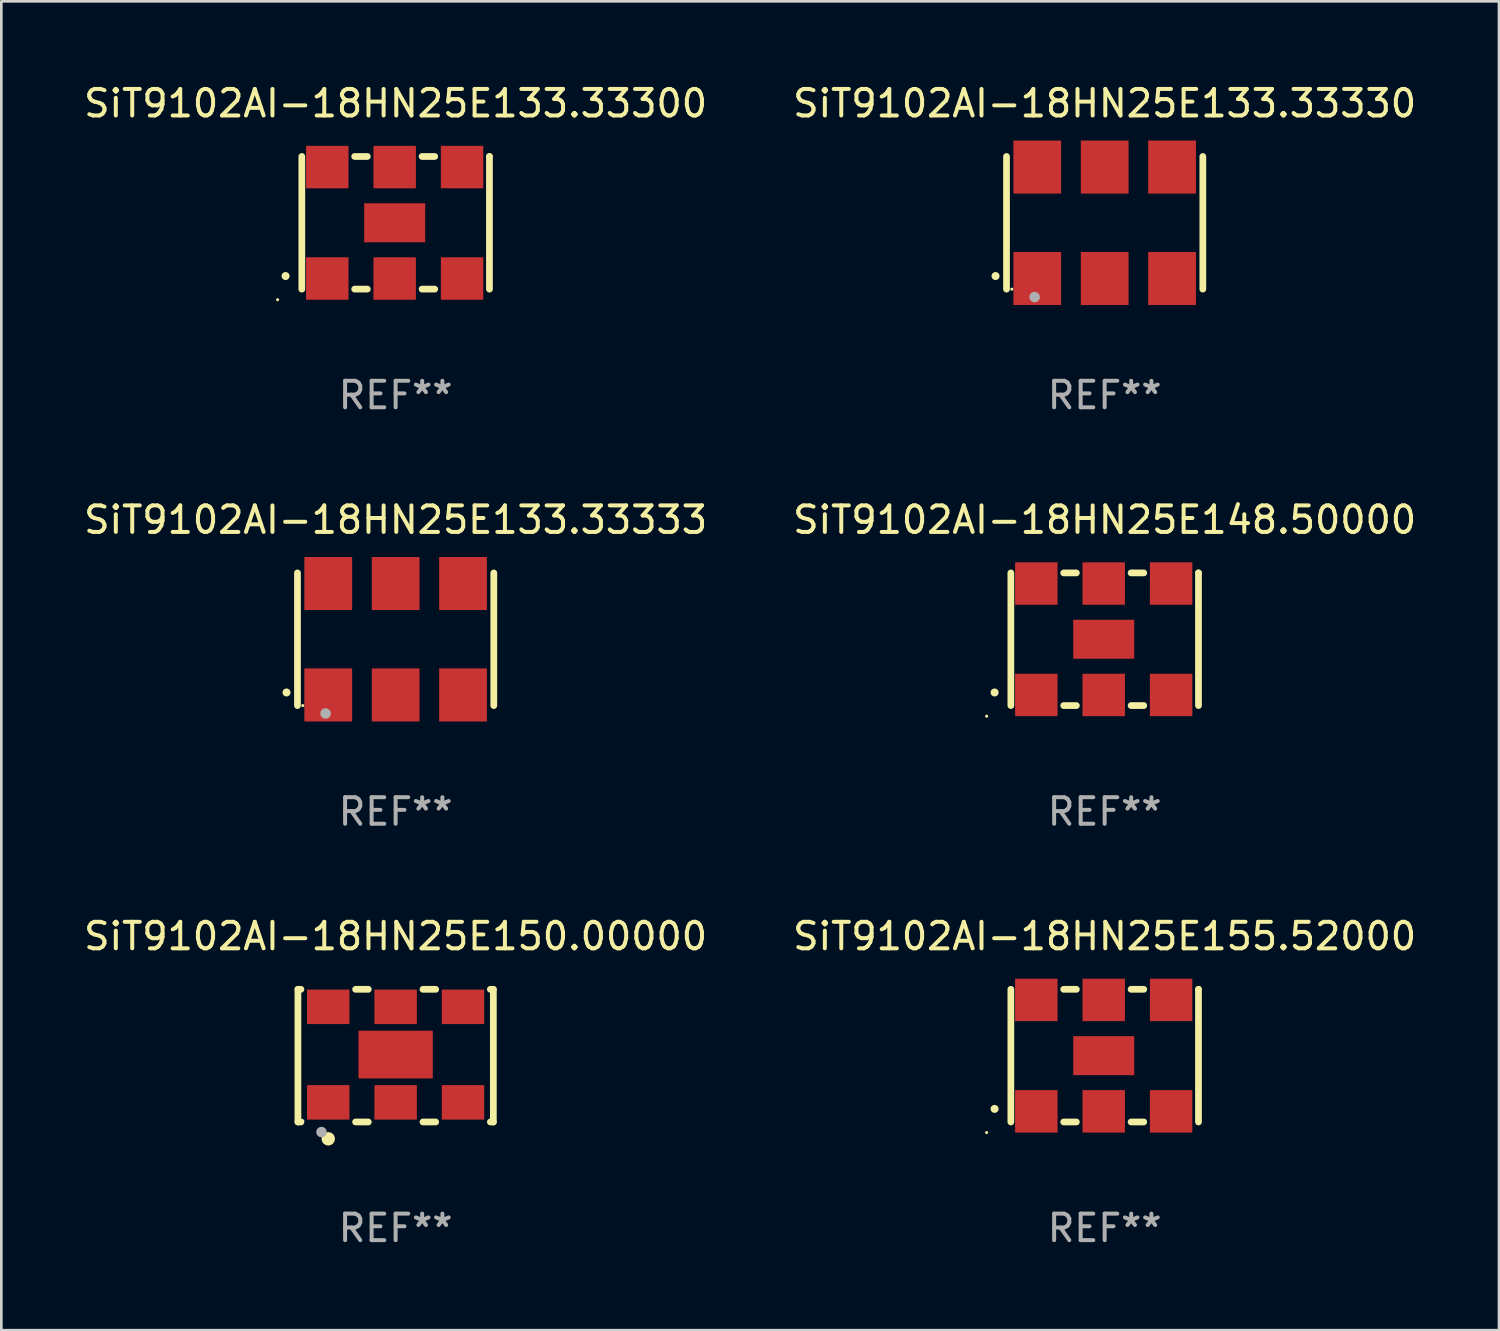
<source format=kicad_pcb>
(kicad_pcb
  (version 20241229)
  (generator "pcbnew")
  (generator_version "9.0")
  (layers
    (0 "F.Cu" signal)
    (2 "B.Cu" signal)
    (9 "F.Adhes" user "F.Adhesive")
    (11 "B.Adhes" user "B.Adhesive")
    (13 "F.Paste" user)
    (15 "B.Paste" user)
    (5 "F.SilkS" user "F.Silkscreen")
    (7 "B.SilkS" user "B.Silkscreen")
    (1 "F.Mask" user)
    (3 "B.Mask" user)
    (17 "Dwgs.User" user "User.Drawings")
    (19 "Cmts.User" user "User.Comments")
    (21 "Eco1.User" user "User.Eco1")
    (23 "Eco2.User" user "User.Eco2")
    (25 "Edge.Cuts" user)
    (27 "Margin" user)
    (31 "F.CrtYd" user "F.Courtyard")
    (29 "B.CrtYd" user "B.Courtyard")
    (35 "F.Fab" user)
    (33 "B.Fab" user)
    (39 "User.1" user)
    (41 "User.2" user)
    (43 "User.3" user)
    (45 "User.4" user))
  (footprint "SiT9102AI-18HN25E155.52000"
    (layer "F.Cu")
    (at 38.589 36.741)
    (property "Reference" "SiT9102AI-18HN25E155.52000" (at 0 -4.5 0) (layer "F.SilkS") (effects (font (size 1 1) (thickness 0.15))))
    (attr through_hole)
    (fp_line (start -3.536 -2.5) (end -3.536 2.5) (stroke (width 0.254) (type solid)) (layer "F.SilkS"))
    (fp_line (start -1.544 2.5) (end -1.067 2.5) (stroke (width 0.254) (type solid)) (layer "F.SilkS"))
    (fp_line (start -1.067 -2.5) (end -1.544 -2.5) (stroke (width 0.254) (type solid)) (layer "F.SilkS"))
    (fp_line (start 0.996 2.5) (end 1.473 2.5) (stroke (width 0.254) (type solid)) (layer "F.SilkS"))
    (fp_line (start 1.473 -2.5) (end 0.996 -2.5) (stroke (width 0.254) (type solid)) (layer "F.SilkS"))
    (fp_line (start 3.536 -2.5) (end 3.536 -2.5) (stroke (width 0.254) (type solid)) (layer "F.SilkS"))
    (fp_line (start 3.536 2.5) (end 3.536 -2.5) (stroke (width 0.254) (type solid)) (layer "F.SilkS"))
    (fp_arc (start -4.150432 2.006604) (mid -4.149162 2.006599) (end -4.147892 2.006604) (stroke (width 0.3) (type solid)) (layer "F.SilkS"))
    (fp_circle (center -4.449 2.9) (end -4.419 2.9) (stroke (width 0.06) (type solid)) (fill no) (layer "F.SilkS"))
    (fp_text user "REF**" (at 0 6.5 0) (layer "F.Fab") (effects (font (size 1 1) (thickness 0.15))))
    (pad "1" smd rect (at -2.576 2.1) (size 1.6 1.6) (layers "F.Cu" "F.Mask" "F.Paste"))
    (pad "2" smd rect (at -0.036 2.1) (size 1.6 1.6) (layers "F.Cu" "F.Mask" "F.Paste"))
    (pad "3" smd rect (at 2.504 2.1) (size 1.6 1.6) (layers "F.Cu" "F.Mask" "F.Paste"))
    (pad "4" smd rect (at 2.504 -2.1) (size 1.6 1.6) (layers "F.Cu" "F.Mask" "F.Paste"))
    (pad "5" smd rect (at -0.036 -2.1) (size 1.6 1.6) (layers "F.Cu" "F.Mask" "F.Paste"))
    (pad "6" smd rect (at -2.576 -2.1) (size 1.6 1.6) (layers "F.Cu" "F.Mask" "F.Paste"))
    (pad "7" smd rect (at -0.036 0) (size 2.3 1.47) (layers "F.Cu" "F.Mask" "F.Paste")))
  (footprint "SiT9102AI-18HN25E148.50000"
    (layer "F.Cu")
    (at 38.589 21.045)
    (property "Reference" "SiT9102AI-18HN25E148.50000" (at 0 -4.5 0) (layer "F.SilkS") (effects (font (size 1 1) (thickness 0.15))))
    (attr through_hole)
    (fp_line (start -3.536 -2.5) (end -3.536 2.5) (stroke (width 0.254) (type solid)) (layer "F.SilkS"))
    (fp_line (start -1.544 2.5) (end -1.067 2.5) (stroke (width 0.254) (type solid)) (layer "F.SilkS"))
    (fp_line (start -1.067 -2.5) (end -1.544 -2.5) (stroke (width 0.254) (type solid)) (layer "F.SilkS"))
    (fp_line (start 0.996 2.5) (end 1.473 2.5) (stroke (width 0.254) (type solid)) (layer "F.SilkS"))
    (fp_line (start 1.473 -2.5) (end 0.996 -2.5) (stroke (width 0.254) (type solid)) (layer "F.SilkS"))
    (fp_line (start 3.536 -2.5) (end 3.536 -2.5) (stroke (width 0.254) (type solid)) (layer "F.SilkS"))
    (fp_line (start 3.536 2.5) (end 3.536 -2.5) (stroke (width 0.254) (type solid)) (layer "F.SilkS"))
    (fp_arc (start -4.150432 2.006604) (mid -4.149162 2.006599) (end -4.147892 2.006604) (stroke (width 0.3) (type solid)) (layer "F.SilkS"))
    (fp_circle (center -4.449 2.9) (end -4.419 2.9) (stroke (width 0.06) (type solid)) (fill no) (layer "F.SilkS"))
    (fp_text user "REF**" (at 0 6.5 0) (layer "F.Fab") (effects (font (size 1 1) (thickness 0.15))))
    (pad "1" smd rect (at -2.576 2.1) (size 1.6 1.6) (layers "F.Cu" "F.Mask" "F.Paste"))
    (pad "2" smd rect (at -0.036 2.1) (size 1.6 1.6) (layers "F.Cu" "F.Mask" "F.Paste"))
    (pad "3" smd rect (at 2.504 2.1) (size 1.6 1.6) (layers "F.Cu" "F.Mask" "F.Paste"))
    (pad "4" smd rect (at 2.504 -2.1) (size 1.6 1.6) (layers "F.Cu" "F.Mask" "F.Paste"))
    (pad "5" smd rect (at -0.036 -2.1) (size 1.6 1.6) (layers "F.Cu" "F.Mask" "F.Paste"))
    (pad "6" smd rect (at -2.576 -2.1) (size 1.6 1.6) (layers "F.Cu" "F.Mask" "F.Paste"))
    (pad "7" smd rect (at -0.036 0) (size 2.3 1.47) (layers "F.Cu" "F.Mask" "F.Paste")))
  (footprint "SiT9102AI-18HN25E133.33300"
    (layer "F.Cu")
    (at 11.863 5.348)
    (property "Reference" "SiT9102AI-18HN25E133.33300" (at 0 -4.5 0) (layer "F.SilkS") (effects (font (size 1 1) (thickness 0.15))))
    (attr through_hole)
    (fp_line (start -3.536 -2.5) (end -3.536 2.5) (stroke (width 0.254) (type solid)) (layer "F.SilkS"))
    (fp_line (start -1.544 2.5) (end -1.067 2.5) (stroke (width 0.254) (type solid)) (layer "F.SilkS"))
    (fp_line (start -1.067 -2.5) (end -1.544 -2.5) (stroke (width 0.254) (type solid)) (layer "F.SilkS"))
    (fp_line (start 0.996 2.5) (end 1.473 2.5) (stroke (width 0.254) (type solid)) (layer "F.SilkS"))
    (fp_line (start 1.473 -2.5) (end 0.996 -2.5) (stroke (width 0.254) (type solid)) (layer "F.SilkS"))
    (fp_line (start 3.536 -2.5) (end 3.536 -2.5) (stroke (width 0.254) (type solid)) (layer "F.SilkS"))
    (fp_line (start 3.536 2.5) (end 3.536 -2.5) (stroke (width 0.254) (type solid)) (layer "F.SilkS"))
    (fp_arc (start -4.150432 2.006604) (mid -4.149162 2.006599) (end -4.147892 2.006604) (stroke (width 0.3) (type solid)) (layer "F.SilkS"))
    (fp_circle (center -4.449 2.9) (end -4.419 2.9) (stroke (width 0.06) (type solid)) (fill no) (layer "F.SilkS"))
    (fp_text user "REF**" (at 0 6.5 0) (layer "F.Fab") (effects (font (size 1 1) (thickness 0.15))))
    (pad "1" smd rect (at -2.576 2.1) (size 1.6 1.6) (layers "F.Cu" "F.Mask" "F.Paste"))
    (pad "2" smd rect (at -0.036 2.1) (size 1.6 1.6) (layers "F.Cu" "F.Mask" "F.Paste"))
    (pad "3" smd rect (at 2.504 2.1) (size 1.6 1.6) (layers "F.Cu" "F.Mask" "F.Paste"))
    (pad "4" smd rect (at 2.504 -2.1) (size 1.6 1.6) (layers "F.Cu" "F.Mask" "F.Paste"))
    (pad "5" smd rect (at -0.036 -2.1) (size 1.6 1.6) (layers "F.Cu" "F.Mask" "F.Paste"))
    (pad "6" smd rect (at -2.576 -2.1) (size 1.6 1.6) (layers "F.Cu" "F.Mask" "F.Paste"))
    (pad "7" smd rect (at -0.036 0) (size 2.3 1.47) (layers "F.Cu" "F.Mask" "F.Paste")))
  (footprint "SiT9102AI-18HN25E133.33333"
    (layer "F.Cu")
    (at 11.863 21.045)
    (property "Reference" "SiT9102AI-18HN25E133.33333" (at 0 -4.5 0) (layer "F.SilkS") (effects (font (size 1 1) (thickness 0.15))))
    (attr through_hole)
    (fp_line (start -3.7 -2.5) (end -3.7 2.5) (stroke (width 0.254) (type solid)) (layer "F.SilkS"))
    (fp_line (start 3.7 -2.5) (end 3.7 2.5) (stroke (width 0.254) (type solid)) (layer "F.SilkS"))
    (fp_arc (start -4.114415 2.006604) (mid -4.113145 2.006599) (end -4.111875 2.006604) (stroke (width 0.3) (type solid)) (layer "F.SilkS"))
    (fp_circle (center -3.5 2.501) (end -3.47 2.501) (stroke (width 0.06) (type solid)) (fill no) (layer "F.SilkS"))
    (fp_circle (center -2.641 2.799) (end -2.541 2.799) (stroke (width 0.2) (type solid)) (fill no) (layer "F.Fab"))
    (fp_text user "REF**" (at 0 6.5 0) (layer "F.Fab") (effects (font (size 1 1) (thickness 0.15))))
    (pad "1" smd rect (at -2.54 2.1) (size 1.8 2) (layers "F.Cu" "F.Mask" "F.Paste"))
    (pad "2" smd rect (at 0.000394 2.1) (size 1.8 2) (layers "F.Cu" "F.Mask" "F.Paste"))
    (pad "3" smd rect (at 2.54 2.1) (size 1.8 2) (layers "F.Cu" "F.Mask" "F.Paste"))
    (pad "4" smd rect (at 2.54 -2.1) (size 1.8 2) (layers "F.Cu" "F.Mask" "F.Paste"))
    (pad "5" smd rect (at 0.000394 -2.1) (size 1.8 2) (layers "F.Cu" "F.Mask" "F.Paste"))
    (pad "6" smd rect (at -2.54 -2.1) (size 1.8 2) (layers "F.Cu" "F.Mask" "F.Paste")))
  (footprint "SiT9102AI-18HN25E150.00000"
    (layer "F.Cu")
    (at 11.863 36.741)
    (property "Reference" "SiT9102AI-18HN25E150.00000" (at 0 -4.5 0) (layer "F.SilkS") (effects (font (size 1 1) (thickness 0.15))))
    (attr through_hole)
    (fp_line (start -3.683 -2.5) (end -3.571 -2.5) (stroke (width 0.254) (type solid)) (layer "F.SilkS"))
    (fp_line (start -3.683 2.5) (end -3.683 -2.5) (stroke (width 0.254) (type solid)) (layer "F.SilkS"))
    (fp_line (start -3.683 2.5) (end -3.571 2.5) (stroke (width 0.254) (type solid)) (layer "F.SilkS"))
    (fp_line (start -1.509 -2.5) (end -1.031 -2.5) (stroke (width 0.254) (type solid)) (layer "F.SilkS"))
    (fp_line (start -1.509 2.5) (end -1.031 2.5) (stroke (width 0.254) (type solid)) (layer "F.SilkS"))
    (fp_line (start 1.031 -2.5) (end 1.509 -2.5) (stroke (width 0.254) (type solid)) (layer "F.SilkS"))
    (fp_line (start 1.031 2.5) (end 1.509 2.5) (stroke (width 0.254) (type solid)) (layer "F.SilkS"))
    (fp_line (start 3.571 -2.5) (end 3.683 -2.5) (stroke (width 0.254) (type solid)) (layer "F.SilkS"))
    (fp_line (start 3.571 2.5) (end 3.683 2.5) (stroke (width 0.254) (type solid)) (layer "F.SilkS"))
    (fp_line (start 3.683 2.5) (end 3.683 -2.5) (stroke (width 0.254) (type solid)) (layer "F.SilkS"))
    (fp_circle (center -3.5 2.46) (end -3.47 2.46) (stroke (width 0.06) (type solid)) (fill no) (layer "F.SilkS"))
    (fp_circle (center -2.54 3.135) (end -2.413 3.135) (stroke (width 0.254) (type solid)) (fill no) (layer "F.SilkS"))
    (fp_circle (center -2.794 2.881) (end -2.694 2.881) (stroke (width 0.2) (type solid)) (fill no) (layer "F.Fab"))
    (fp_text user "REF**" (at 0 6.5 0) (layer "F.Fab") (effects (font (size 1 1) (thickness 0.15))))
    (pad "1" smd rect (at -2.54 1.76) (size 1.6 1.3) (layers "F.Cu" "F.Mask" "F.Paste"))
    (pad "2" smd rect (at 0 1.76) (size 1.6 1.3) (layers "F.Cu" "F.Mask" "F.Paste"))
    (pad "3" smd rect (at 2.54 1.76) (size 1.6 1.3) (layers "F.Cu" "F.Mask" "F.Paste"))
    (pad "4" smd rect (at 2.54 -1.84) (size 1.6 1.3) (layers "F.Cu" "F.Mask" "F.Paste"))
    (pad "5" smd rect (at 0 -1.84) (size 1.6 1.3) (layers "F.Cu" "F.Mask" "F.Paste"))
    (pad "6" smd rect (at -2.54 -1.84) (size 1.6 1.3) (layers "F.Cu" "F.Mask" "F.Paste"))
    (pad "7" smd rect (at 0 -0.04) (size 2.8 1.8) (layers "F.Cu" "F.Mask" "F.Paste")))
  (footprint "SiT9102AI-18HN25E133.33330"
    (layer "F.Cu")
    (at 38.589 5.348)
    (property "Reference" "SiT9102AI-18HN25E133.33330" (at 0 -4.5 0) (layer "F.SilkS") (effects (font (size 1 1) (thickness 0.15))))
    (attr through_hole)
    (fp_line (start -3.7 -2.5) (end -3.7 2.5) (stroke (width 0.254) (type solid)) (layer "F.SilkS"))
    (fp_line (start 3.7 -2.5) (end 3.7 2.5) (stroke (width 0.254) (type solid)) (layer "F.SilkS"))
    (fp_arc (start -4.114415 2.006604) (mid -4.113145 2.006599) (end -4.111875 2.006604) (stroke (width 0.3) (type solid)) (layer "F.SilkS"))
    (fp_circle (center -3.5 2.501) (end -3.47 2.501) (stroke (width 0.06) (type solid)) (fill no) (layer "F.SilkS"))
    (fp_circle (center -2.641 2.799) (end -2.541 2.799) (stroke (width 0.2) (type solid)) (fill no) (layer "F.Fab"))
    (fp_text user "REF**" (at 0 6.5 0) (layer "F.Fab") (effects (font (size 1 1) (thickness 0.15))))
    (pad "1" smd rect (at -2.54 2.1) (size 1.8 2) (layers "F.Cu" "F.Mask" "F.Paste"))
    (pad "2" smd rect (at 0.000394 2.1) (size 1.8 2) (layers "F.Cu" "F.Mask" "F.Paste"))
    (pad "3" smd rect (at 2.54 2.1) (size 1.8 2) (layers "F.Cu" "F.Mask" "F.Paste"))
    (pad "4" smd rect (at 2.54 -2.1) (size 1.8 2) (layers "F.Cu" "F.Mask" "F.Paste"))
    (pad "5" smd rect (at 0.000394 -2.1) (size 1.8 2) (layers "F.Cu" "F.Mask" "F.Paste"))
    (pad "6" smd rect (at -2.54 -2.1) (size 1.8 2) (layers "F.Cu" "F.Mask" "F.Paste")))
  (gr_rect
    (start -3 -3)
    (end 53.452 47.09)
    (stroke (width 0.1) (type default))
    (fill no)
    (layer "Edge.Cuts")))
</source>
